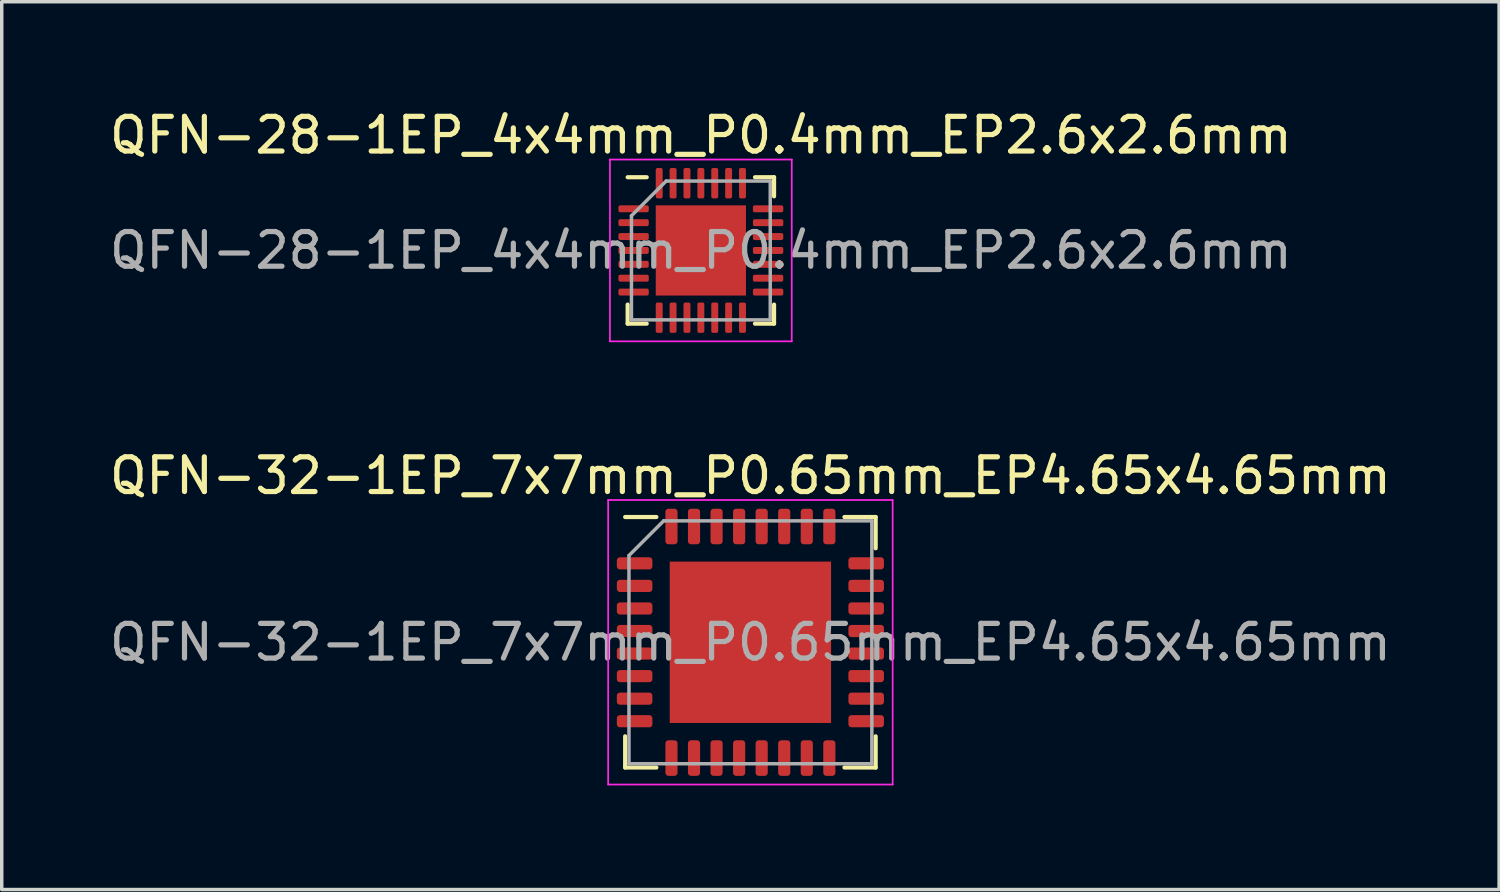
<source format=kicad_pcb>
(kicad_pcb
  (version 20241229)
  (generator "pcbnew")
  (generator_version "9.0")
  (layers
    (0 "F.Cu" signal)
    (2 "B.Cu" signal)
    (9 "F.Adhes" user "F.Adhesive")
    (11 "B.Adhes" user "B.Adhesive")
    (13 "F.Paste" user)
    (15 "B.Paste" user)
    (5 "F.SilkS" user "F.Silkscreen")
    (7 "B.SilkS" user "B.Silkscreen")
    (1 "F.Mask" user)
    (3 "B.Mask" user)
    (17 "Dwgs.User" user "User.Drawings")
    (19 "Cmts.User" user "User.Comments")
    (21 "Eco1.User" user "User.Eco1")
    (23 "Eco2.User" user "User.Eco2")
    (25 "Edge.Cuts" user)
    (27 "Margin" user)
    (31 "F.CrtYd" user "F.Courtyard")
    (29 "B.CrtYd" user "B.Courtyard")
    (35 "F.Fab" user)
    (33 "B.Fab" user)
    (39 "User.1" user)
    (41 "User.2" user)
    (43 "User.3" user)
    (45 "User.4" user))
  (footprint "QFN-32-1EP_7x7mm_P0.65mm_EP4.65x4.65mm"
    (layer "F.Cu")
    (at 18.577 15.461)
    (property "Reference" "QFN-32-1EP_7x7mm_P0.65mm_EP4.65x4.65mm" (at 0 -4.8 0) (layer "F.SilkS") (effects (font (size 1 1) (thickness 0.15))))
    (attr smd)
    (fp_line (start -3.61 3.61) (end -3.61 2.71) (stroke (width 0.12) (type solid)) (layer "F.SilkS"))
    (fp_line (start -2.71 -3.61) (end -3.61 -3.61) (stroke (width 0.12) (type solid)) (layer "F.SilkS"))
    (fp_line (start -2.71 3.61) (end -3.61 3.61) (stroke (width 0.12) (type solid)) (layer "F.SilkS"))
    (fp_line (start 2.71 -3.61) (end 3.61 -3.61) (stroke (width 0.12) (type solid)) (layer "F.SilkS"))
    (fp_line (start 2.71 3.61) (end 3.61 3.61) (stroke (width 0.12) (type solid)) (layer "F.SilkS"))
    (fp_line (start 3.61 -3.61) (end 3.61 -2.71) (stroke (width 0.12) (type solid)) (layer "F.SilkS"))
    (fp_line (start 3.61 3.61) (end 3.61 2.71) (stroke (width 0.12) (type solid)) (layer "F.SilkS"))
    (fp_line (start -4.1 -4.1) (end -4.1 4.1) (stroke (width 0.05) (type solid)) (layer "F.CrtYd"))
    (fp_line (start -4.1 4.1) (end 4.1 4.1) (stroke (width 0.05) (type solid)) (layer "F.CrtYd"))
    (fp_line (start 4.1 -4.1) (end -4.1 -4.1) (stroke (width 0.05) (type solid)) (layer "F.CrtYd"))
    (fp_line (start 4.1 4.1) (end 4.1 -4.1) (stroke (width 0.05) (type solid)) (layer "F.CrtYd"))
    (fp_line (start -3.5 -2.5) (end -2.5 -3.5) (stroke (width 0.1) (type solid)) (layer "F.Fab"))
    (fp_line (start -3.5 3.5) (end -3.5 -2.5) (stroke (width 0.1) (type solid)) (layer "F.Fab"))
    (fp_line (start -2.5 -3.5) (end 3.5 -3.5) (stroke (width 0.1) (type solid)) (layer "F.Fab"))
    (fp_line (start 3.5 -3.5) (end 3.5 3.5) (stroke (width 0.1) (type solid)) (layer "F.Fab"))
    (fp_line (start 3.5 3.5) (end -3.5 3.5) (stroke (width 0.1) (type solid)) (layer "F.Fab"))
    (fp_text user "${REFERENCE}" (at 0 0 0) (layer "F.Fab") (effects (font (size 1 1) (thickness 0.15))))
    (pad "" smd roundrect (at -1.74 -1.74) (size 0.94 0.94) (layers "F.Paste") (roundrect_rratio 0.25))
    (pad "" smd roundrect (at -1.74 -0.58) (size 0.94 0.94) (layers "F.Paste") (roundrect_rratio 0.25))
    (pad "" smd roundrect (at -1.74 0.58) (size 0.94 0.94) (layers "F.Paste") (roundrect_rratio 0.25))
    (pad "" smd roundrect (at -1.74 1.74) (size 0.94 0.94) (layers "F.Paste") (roundrect_rratio 0.25))
    (pad "" smd roundrect (at -0.58 -1.74) (size 0.94 0.94) (layers "F.Paste") (roundrect_rratio 0.25))
    (pad "" smd roundrect (at -0.58 -0.58) (size 0.94 0.94) (layers "F.Paste") (roundrect_rratio 0.25))
    (pad "" smd roundrect (at -0.58 0.58) (size 0.94 0.94) (layers "F.Paste") (roundrect_rratio 0.25))
    (pad "" smd roundrect (at -0.58 1.74) (size 0.94 0.94) (layers "F.Paste") (roundrect_rratio 0.25))
    (pad "" smd roundrect (at 0.58 -1.74) (size 0.94 0.94) (layers "F.Paste") (roundrect_rratio 0.25))
    (pad "" smd roundrect (at 0.58 -0.58) (size 0.94 0.94) (layers "F.Paste") (roundrect_rratio 0.25))
    (pad "" smd roundrect (at 0.58 0.58) (size 0.94 0.94) (layers "F.Paste") (roundrect_rratio 0.25))
    (pad "" smd roundrect (at 0.58 1.74) (size 0.94 0.94) (layers "F.Paste") (roundrect_rratio 0.25))
    (pad "" smd roundrect (at 1.74 -1.74) (size 0.94 0.94) (layers "F.Paste") (roundrect_rratio 0.25))
    (pad "" smd roundrect (at 1.74 -0.58) (size 0.94 0.94) (layers "F.Paste") (roundrect_rratio 0.25))
    (pad "" smd roundrect (at 1.74 0.58) (size 0.94 0.94) (layers "F.Paste") (roundrect_rratio 0.25))
    (pad "" smd roundrect (at 1.74 1.74) (size 0.94 0.94) (layers "F.Paste") (roundrect_rratio 0.25))
    (pad "1" smd roundrect (at -3.337 -2.275) (size 1.025 0.35) (layers "F.Cu" "F.Mask" "F.Paste") (roundrect_rratio 0.25))
    (pad "2" smd roundrect (at -3.337 -1.625) (size 1.025 0.35) (layers "F.Cu" "F.Mask" "F.Paste") (roundrect_rratio 0.25))
    (pad "3" smd roundrect (at -3.337 -0.975) (size 1.025 0.35) (layers "F.Cu" "F.Mask" "F.Paste") (roundrect_rratio 0.25))
    (pad "4" smd roundrect (at -3.337 -0.325) (size 1.025 0.35) (layers "F.Cu" "F.Mask" "F.Paste") (roundrect_rratio 0.25))
    (pad "5" smd roundrect (at -3.337 0.325) (size 1.025 0.35) (layers "F.Cu" "F.Mask" "F.Paste") (roundrect_rratio 0.25))
    (pad "6" smd roundrect (at -3.337 0.975) (size 1.025 0.35) (layers "F.Cu" "F.Mask" "F.Paste") (roundrect_rratio 0.25))
    (pad "7" smd roundrect (at -3.337 1.625) (size 1.025 0.35) (layers "F.Cu" "F.Mask" "F.Paste") (roundrect_rratio 0.25))
    (pad "8" smd roundrect (at -3.337 2.275) (size 1.025 0.35) (layers "F.Cu" "F.Mask" "F.Paste") (roundrect_rratio 0.25))
    (pad "9" smd roundrect (at -2.275 3.337) (size 0.35 1.025) (layers "F.Cu" "F.Mask" "F.Paste") (roundrect_rratio 0.25))
    (pad "10" smd roundrect (at -1.625 3.337) (size 0.35 1.025) (layers "F.Cu" "F.Mask" "F.Paste") (roundrect_rratio 0.25))
    (pad "11" smd roundrect (at -0.975 3.337) (size 0.35 1.025) (layers "F.Cu" "F.Mask" "F.Paste") (roundrect_rratio 0.25))
    (pad "12" smd roundrect (at -0.325 3.337) (size 0.35 1.025) (layers "F.Cu" "F.Mask" "F.Paste") (roundrect_rratio 0.25))
    (pad "13" smd roundrect (at 0.325 3.337) (size 0.35 1.025) (layers "F.Cu" "F.Mask" "F.Paste") (roundrect_rratio 0.25))
    (pad "14" smd roundrect (at 0.975 3.337) (size 0.35 1.025) (layers "F.Cu" "F.Mask" "F.Paste") (roundrect_rratio 0.25))
    (pad "15" smd roundrect (at 1.625 3.337) (size 0.35 1.025) (layers "F.Cu" "F.Mask" "F.Paste") (roundrect_rratio 0.25))
    (pad "16" smd roundrect (at 2.275 3.337) (size 0.35 1.025) (layers "F.Cu" "F.Mask" "F.Paste") (roundrect_rratio 0.25))
    (pad "17" smd roundrect (at 3.337 2.275) (size 1.025 0.35) (layers "F.Cu" "F.Mask" "F.Paste") (roundrect_rratio 0.25))
    (pad "18" smd roundrect (at 3.337 1.625) (size 1.025 0.35) (layers "F.Cu" "F.Mask" "F.Paste") (roundrect_rratio 0.25))
    (pad "19" smd roundrect (at 3.337 0.975) (size 1.025 0.35) (layers "F.Cu" "F.Mask" "F.Paste") (roundrect_rratio 0.25))
    (pad "20" smd roundrect (at 3.337 0.325) (size 1.025 0.35) (layers "F.Cu" "F.Mask" "F.Paste") (roundrect_rratio 0.25))
    (pad "21" smd roundrect (at 3.337 -0.325) (size 1.025 0.35) (layers "F.Cu" "F.Mask" "F.Paste") (roundrect_rratio 0.25))
    (pad "22" smd roundrect (at 3.337 -0.975) (size 1.025 0.35) (layers "F.Cu" "F.Mask" "F.Paste") (roundrect_rratio 0.25))
    (pad "23" smd roundrect (at 3.337 -1.625) (size 1.025 0.35) (layers "F.Cu" "F.Mask" "F.Paste") (roundrect_rratio 0.25))
    (pad "24" smd roundrect (at 3.337 -2.275) (size 1.025 0.35) (layers "F.Cu" "F.Mask" "F.Paste") (roundrect_rratio 0.25))
    (pad "25" smd roundrect (at 2.275 -3.337) (size 0.35 1.025) (layers "F.Cu" "F.Mask" "F.Paste") (roundrect_rratio 0.25))
    (pad "26" smd roundrect (at 1.625 -3.337) (size 0.35 1.025) (layers "F.Cu" "F.Mask" "F.Paste") (roundrect_rratio 0.25))
    (pad "27" smd roundrect (at 0.975 -3.337) (size 0.35 1.025) (layers "F.Cu" "F.Mask" "F.Paste") (roundrect_rratio 0.25))
    (pad "28" smd roundrect (at 0.325 -3.337) (size 0.35 1.025) (layers "F.Cu" "F.Mask" "F.Paste") (roundrect_rratio 0.25))
    (pad "29" smd roundrect (at -0.325 -3.337) (size 0.35 1.025) (layers "F.Cu" "F.Mask" "F.Paste") (roundrect_rratio 0.25))
    (pad "30" smd roundrect (at -0.975 -3.337) (size 0.35 1.025) (layers "F.Cu" "F.Mask" "F.Paste") (roundrect_rratio 0.25))
    (pad "31" smd roundrect (at -1.625 -3.337) (size 0.35 1.025) (layers "F.Cu" "F.Mask" "F.Paste") (roundrect_rratio 0.25))
    (pad "32" smd roundrect (at -2.275 -3.337) (size 0.35 1.025) (layers "F.Cu" "F.Mask" "F.Paste") (roundrect_rratio 0.25))
    (pad "33" smd rect (at 0 0) (size 4.65 4.65) (layers "F.Cu" "F.Mask")))
  (footprint "QFN-28-1EP_4x4mm_P0.4mm_EP2.6x2.6mm"
    (layer "F.Cu")
    (at 17.149 4.168)
    (property "Reference" "QFN-28-1EP_4x4mm_P0.4mm_EP2.6x2.6mm" (at 0 -3.32 0) (layer "F.SilkS") (effects (font (size 1 1) (thickness 0.15))))
    (attr smd)
    (fp_line (start -2.11 2.11) (end -2.11 1.56) (stroke (width 0.12) (type solid)) (layer "F.SilkS"))
    (fp_line (start -1.56 -2.11) (end -2.11 -2.11) (stroke (width 0.12) (type solid)) (layer "F.SilkS"))
    (fp_line (start -1.56 2.11) (end -2.11 2.11) (stroke (width 0.12) (type solid)) (layer "F.SilkS"))
    (fp_line (start 1.56 -2.11) (end 2.11 -2.11) (stroke (width 0.12) (type solid)) (layer "F.SilkS"))
    (fp_line (start 1.56 2.11) (end 2.11 2.11) (stroke (width 0.12) (type solid)) (layer "F.SilkS"))
    (fp_line (start 2.11 -2.11) (end 2.11 -1.56) (stroke (width 0.12) (type solid)) (layer "F.SilkS"))
    (fp_line (start 2.11 2.11) (end 2.11 1.56) (stroke (width 0.12) (type solid)) (layer "F.SilkS"))
    (fp_line (start -2.62 -2.62) (end -2.62 2.62) (stroke (width 0.05) (type solid)) (layer "F.CrtYd"))
    (fp_line (start -2.62 2.62) (end 2.62 2.62) (stroke (width 0.05) (type solid)) (layer "F.CrtYd"))
    (fp_line (start 2.62 -2.62) (end -2.62 -2.62) (stroke (width 0.05) (type solid)) (layer "F.CrtYd"))
    (fp_line (start 2.62 2.62) (end 2.62 -2.62) (stroke (width 0.05) (type solid)) (layer "F.CrtYd"))
    (fp_line (start -2 -1) (end -1 -2) (stroke (width 0.1) (type solid)) (layer "F.Fab"))
    (fp_line (start -2 2) (end -2 -1) (stroke (width 0.1) (type solid)) (layer "F.Fab"))
    (fp_line (start -1 -2) (end 2 -2) (stroke (width 0.1) (type solid)) (layer "F.Fab"))
    (fp_line (start 2 -2) (end 2 2) (stroke (width 0.1) (type solid)) (layer "F.Fab"))
    (fp_line (start 2 2) (end -2 2) (stroke (width 0.1) (type solid)) (layer "F.Fab"))
    (fp_text user "${REFERENCE}" (at 0 0 0) (layer "F.Fab") (effects (font (size 1 1) (thickness 0.15))))
    (pad "" smd roundrect (at -0.65 -0.65) (size 1.05 1.05) (layers "F.Paste") (roundrect_rratio 0.238))
    (pad "" smd roundrect (at -0.65 0.65) (size 1.05 1.05) (layers "F.Paste") (roundrect_rratio 0.238))
    (pad "" smd roundrect (at 0.65 -0.65) (size 1.05 1.05) (layers "F.Paste") (roundrect_rratio 0.238))
    (pad "" smd roundrect (at 0.65 0.65) (size 1.05 1.05) (layers "F.Paste") (roundrect_rratio 0.238))
    (pad "1" smd roundrect (at -1.938 -1.2) (size 0.875 0.2) (layers "F.Cu" "F.Mask" "F.Paste") (roundrect_rratio 0.25))
    (pad "2" smd roundrect (at -1.938 -0.8) (size 0.875 0.2) (layers "F.Cu" "F.Mask" "F.Paste") (roundrect_rratio 0.25))
    (pad "3" smd roundrect (at -1.938 -0.4) (size 0.875 0.2) (layers "F.Cu" "F.Mask" "F.Paste") (roundrect_rratio 0.25))
    (pad "4" smd roundrect (at -1.938 0) (size 0.875 0.2) (layers "F.Cu" "F.Mask" "F.Paste") (roundrect_rratio 0.25))
    (pad "5" smd roundrect (at -1.938 0.4) (size 0.875 0.2) (layers "F.Cu" "F.Mask" "F.Paste") (roundrect_rratio 0.25))
    (pad "6" smd roundrect (at -1.938 0.8) (size 0.875 0.2) (layers "F.Cu" "F.Mask" "F.Paste") (roundrect_rratio 0.25))
    (pad "7" smd roundrect (at -1.938 1.2) (size 0.875 0.2) (layers "F.Cu" "F.Mask" "F.Paste") (roundrect_rratio 0.25))
    (pad "8" smd roundrect (at -1.2 1.938) (size 0.2 0.875) (layers "F.Cu" "F.Mask" "F.Paste") (roundrect_rratio 0.25))
    (pad "9" smd roundrect (at -0.8 1.938) (size 0.2 0.875) (layers "F.Cu" "F.Mask" "F.Paste") (roundrect_rratio 0.25))
    (pad "10" smd roundrect (at -0.4 1.938) (size 0.2 0.875) (layers "F.Cu" "F.Mask" "F.Paste") (roundrect_rratio 0.25))
    (pad "11" smd roundrect (at 0 1.938) (size 0.2 0.875) (layers "F.Cu" "F.Mask" "F.Paste") (roundrect_rratio 0.25))
    (pad "12" smd roundrect (at 0.4 1.938) (size 0.2 0.875) (layers "F.Cu" "F.Mask" "F.Paste") (roundrect_rratio 0.25))
    (pad "13" smd roundrect (at 0.8 1.938) (size 0.2 0.875) (layers "F.Cu" "F.Mask" "F.Paste") (roundrect_rratio 0.25))
    (pad "14" smd roundrect (at 1.2 1.938) (size 0.2 0.875) (layers "F.Cu" "F.Mask" "F.Paste") (roundrect_rratio 0.25))
    (pad "15" smd roundrect (at 1.938 1.2) (size 0.875 0.2) (layers "F.Cu" "F.Mask" "F.Paste") (roundrect_rratio 0.25))
    (pad "16" smd roundrect (at 1.938 0.8) (size 0.875 0.2) (layers "F.Cu" "F.Mask" "F.Paste") (roundrect_rratio 0.25))
    (pad "17" smd roundrect (at 1.938 0.4) (size 0.875 0.2) (layers "F.Cu" "F.Mask" "F.Paste") (roundrect_rratio 0.25))
    (pad "18" smd roundrect (at 1.938 0) (size 0.875 0.2) (layers "F.Cu" "F.Mask" "F.Paste") (roundrect_rratio 0.25))
    (pad "19" smd roundrect (at 1.938 -0.4) (size 0.875 0.2) (layers "F.Cu" "F.Mask" "F.Paste") (roundrect_rratio 0.25))
    (pad "20" smd roundrect (at 1.938 -0.8) (size 0.875 0.2) (layers "F.Cu" "F.Mask" "F.Paste") (roundrect_rratio 0.25))
    (pad "21" smd roundrect (at 1.938 -1.2) (size 0.875 0.2) (layers "F.Cu" "F.Mask" "F.Paste") (roundrect_rratio 0.25))
    (pad "22" smd roundrect (at 1.2 -1.938) (size 0.2 0.875) (layers "F.Cu" "F.Mask" "F.Paste") (roundrect_rratio 0.25))
    (pad "23" smd roundrect (at 0.8 -1.938) (size 0.2 0.875) (layers "F.Cu" "F.Mask" "F.Paste") (roundrect_rratio 0.25))
    (pad "24" smd roundrect (at 0.4 -1.938) (size 0.2 0.875) (layers "F.Cu" "F.Mask" "F.Paste") (roundrect_rratio 0.25))
    (pad "25" smd roundrect (at 0 -1.938) (size 0.2 0.875) (layers "F.Cu" "F.Mask" "F.Paste") (roundrect_rratio 0.25))
    (pad "26" smd roundrect (at -0.4 -1.938) (size 0.2 0.875) (layers "F.Cu" "F.Mask" "F.Paste") (roundrect_rratio 0.25))
    (pad "27" smd roundrect (at -0.8 -1.938) (size 0.2 0.875) (layers "F.Cu" "F.Mask" "F.Paste") (roundrect_rratio 0.25))
    (pad "28" smd roundrect (at -1.2 -1.938) (size 0.2 0.875) (layers "F.Cu" "F.Mask" "F.Paste") (roundrect_rratio 0.25))
    (pad "29" smd rect (at 0 0) (size 2.6 2.6) (layers "F.Cu" "F.Mask")))
  (gr_rect
    (start -3 -3)
    (end 40.155 22.587)
    (stroke (width 0.1) (type default))
    (fill no)
    (layer "Edge.Cuts")))
</source>
